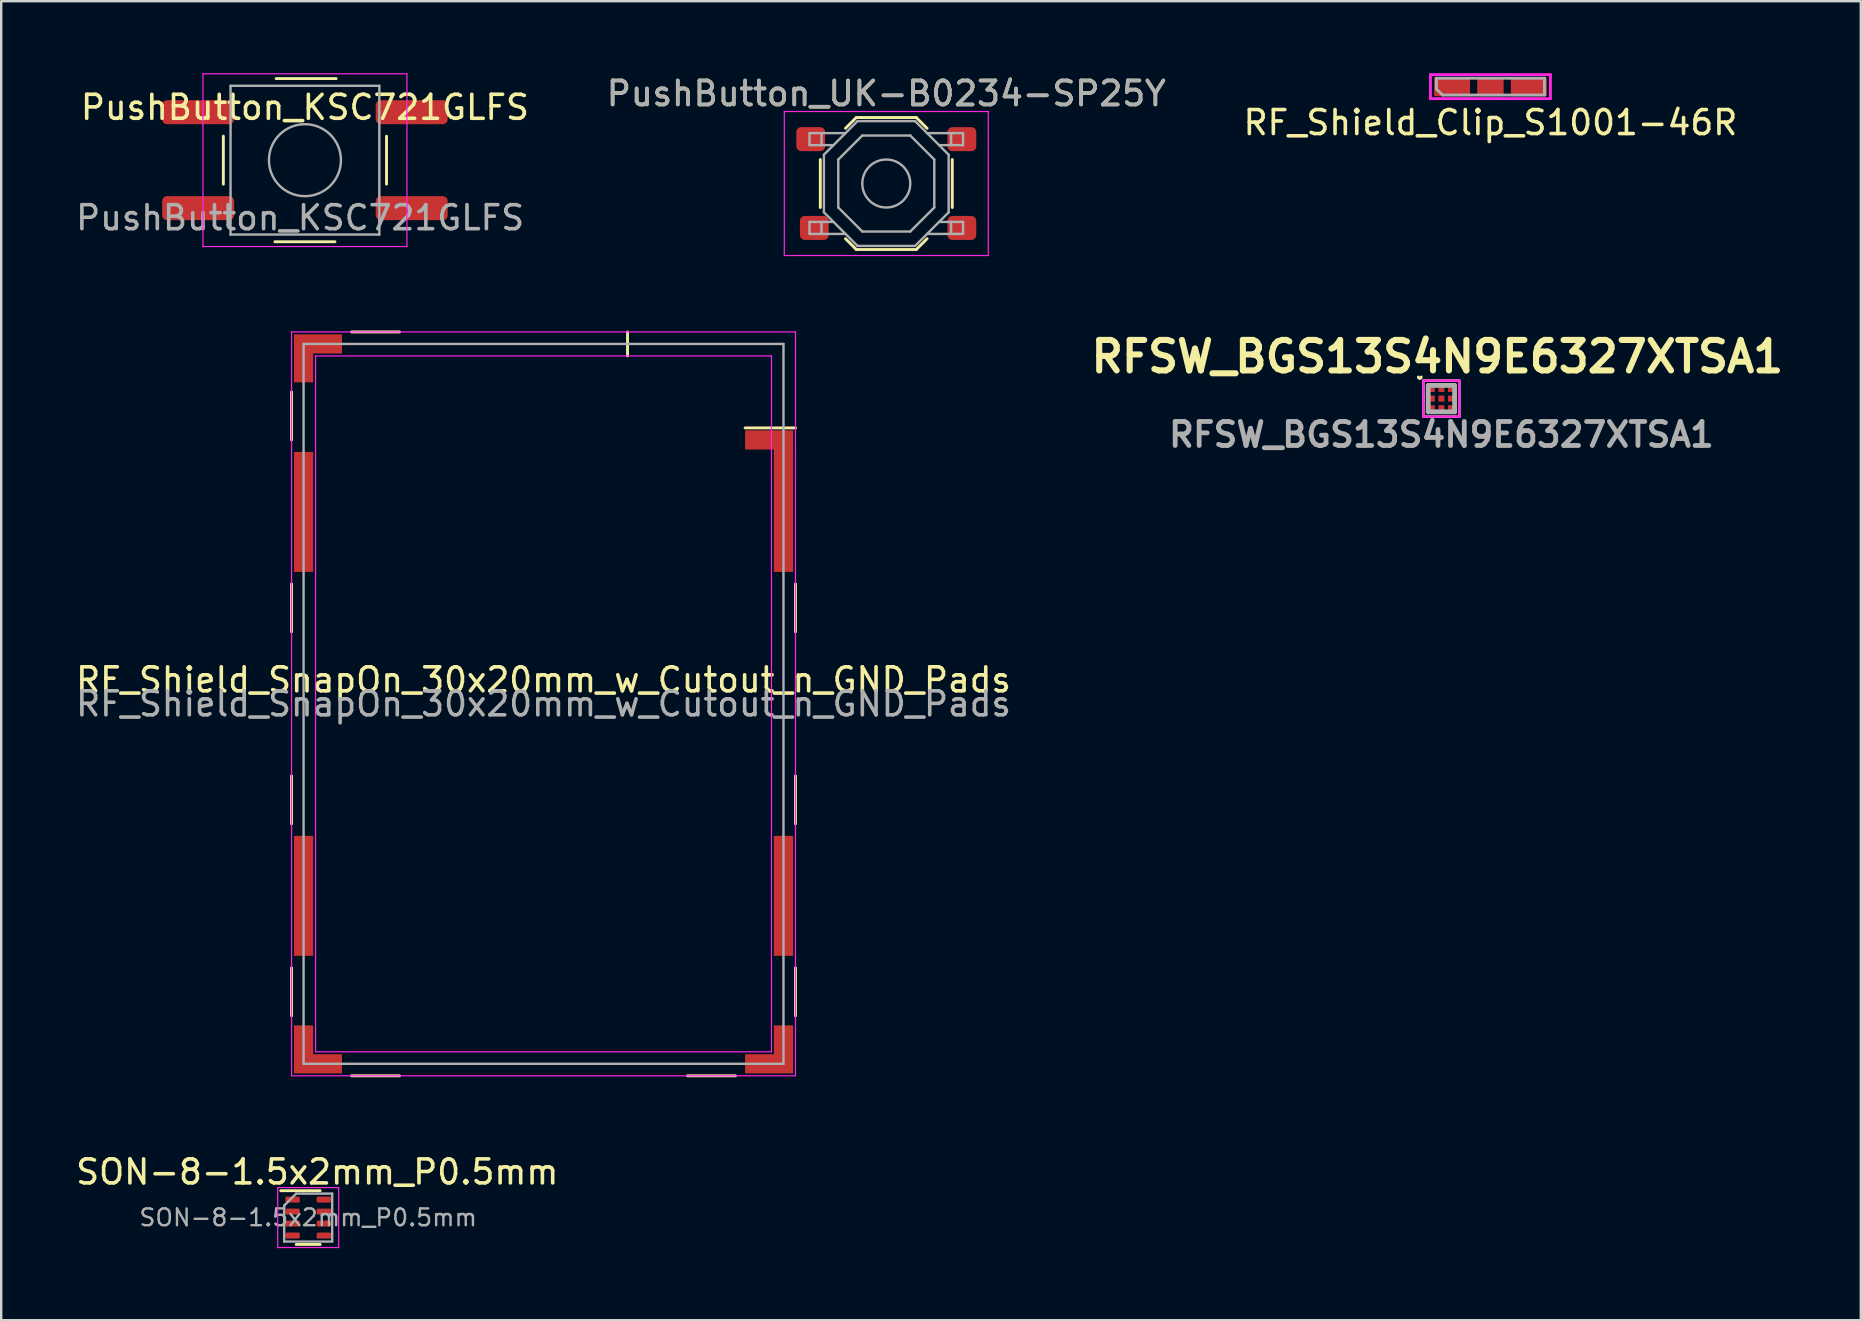
<source format=kicad_pcb>
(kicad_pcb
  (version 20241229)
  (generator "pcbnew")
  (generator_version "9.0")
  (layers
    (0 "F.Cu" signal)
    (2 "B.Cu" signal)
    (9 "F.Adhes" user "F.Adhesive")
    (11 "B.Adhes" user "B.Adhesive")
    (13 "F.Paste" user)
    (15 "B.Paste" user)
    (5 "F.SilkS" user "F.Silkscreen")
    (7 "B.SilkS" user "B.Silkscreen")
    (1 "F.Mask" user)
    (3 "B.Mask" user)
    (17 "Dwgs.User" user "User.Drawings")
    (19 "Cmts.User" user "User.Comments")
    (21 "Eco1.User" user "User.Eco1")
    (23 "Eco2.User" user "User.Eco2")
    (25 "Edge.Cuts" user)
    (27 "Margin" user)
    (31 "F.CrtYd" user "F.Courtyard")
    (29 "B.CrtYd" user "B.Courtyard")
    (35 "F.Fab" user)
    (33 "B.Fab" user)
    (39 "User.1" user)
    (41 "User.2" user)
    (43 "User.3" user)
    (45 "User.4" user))
  (footprint "PushButton_UK-B0234-SP25Y"
    (layer "F.Cu")
    (at 33.885 4.598)
    (property "Reference" "PushButton_UK-B0234-SP25Y" (at 0 -3.75 0) (layer "F.SilkS") (effects (font (size 1 1) (thickness 0.15))))
    (attr smd)
    (fp_line (start -2.75 -1) (end -2.75 1) (stroke (width 0.12) (type solid)) (layer "F.SilkS"))
    (fp_line (start -1.7 -2.3) (end -1.25 -2.75) (stroke (width 0.12) (type solid)) (layer "F.SilkS"))
    (fp_line (start -1.7 2.3) (end -1.25 2.75) (stroke (width 0.12) (type solid)) (layer "F.SilkS"))
    (fp_line (start -1.25 -2.75) (end 1.25 -2.75) (stroke (width 0.12) (type solid)) (layer "F.SilkS"))
    (fp_line (start -1.25 2.75) (end 1.25 2.75) (stroke (width 0.12) (type solid)) (layer "F.SilkS"))
    (fp_line (start 1.7 -2.3) (end 1.25 -2.75) (stroke (width 0.12) (type solid)) (layer "F.SilkS"))
    (fp_line (start 1.7 2.3) (end 1.25 2.75) (stroke (width 0.12) (type solid)) (layer "F.SilkS"))
    (fp_line (start 2.75 -1) (end 2.75 1) (stroke (width 0.12) (type solid)) (layer "F.SilkS"))
    (fp_line (start -4.25 -3) (end 4.25 -3) (stroke (width 0.05) (type solid)) (layer "F.CrtYd"))
    (fp_line (start -4.25 3) (end -4.25 -3) (stroke (width 0.05) (type solid)) (layer "F.CrtYd"))
    (fp_line (start 4.25 -3) (end 4.25 3) (stroke (width 0.05) (type solid)) (layer "F.CrtYd"))
    (fp_line (start 4.25 3) (end -4.25 3) (stroke (width 0.05) (type solid)) (layer "F.CrtYd"))
    (fp_line (start -3.2 -2.1) (end -3.2 -1.6) (stroke (width 0.1) (type solid)) (layer "F.Fab"))
    (fp_line (start -3.2 -1.6) (end -2.2 -1.6) (stroke (width 0.1) (type solid)) (layer "F.Fab"))
    (fp_line (start -3.2 1.6) (end -2.2 1.6) (stroke (width 0.1) (type solid)) (layer "F.Fab"))
    (fp_line (start -3.2 2.1) (end -3.2 1.6) (stroke (width 0.1) (type solid)) (layer "F.Fab"))
    (fp_line (start -2.7 -2.1) (end -2.7 -1.6) (stroke (width 0.1) (type solid)) (layer "F.Fab"))
    (fp_line (start -2.7 2.1) (end -2.7 1.6) (stroke (width 0.1) (type solid)) (layer "F.Fab"))
    (fp_line (start -2.6 -1.2) (end -2.6 1.2) (stroke (width 0.1) (type solid)) (layer "F.Fab"))
    (fp_line (start -2.6 1.2) (end -1.2 2.6) (stroke (width 0.1) (type solid)) (layer "F.Fab"))
    (fp_line (start -2 -1) (end -1 -2) (stroke (width 0.1) (type solid)) (layer "F.Fab"))
    (fp_line (start -2 1) (end -2 -1) (stroke (width 0.1) (type solid)) (layer "F.Fab"))
    (fp_line (start -1.7 -2.1) (end -3.2 -2.1) (stroke (width 0.1) (type solid)) (layer "F.Fab"))
    (fp_line (start -1.7 2.1) (end -3.2 2.1) (stroke (width 0.1) (type solid)) (layer "F.Fab"))
    (fp_line (start -1.2 -2.6) (end -2.6 -1.2) (stroke (width 0.1) (type solid)) (layer "F.Fab"))
    (fp_line (start -1.2 2.6) (end 1.2 2.6) (stroke (width 0.1) (type solid)) (layer "F.Fab"))
    (fp_line (start -1 -2) (end 1 -2) (stroke (width 0.1) (type solid)) (layer "F.Fab"))
    (fp_line (start -1 2) (end -2 1) (stroke (width 0.1) (type solid)) (layer "F.Fab"))
    (fp_line (start 1 -2) (end 2 -1) (stroke (width 0.1) (type solid)) (layer "F.Fab"))
    (fp_line (start 1 2) (end -1 2) (stroke (width 0.1) (type solid)) (layer "F.Fab"))
    (fp_line (start 1.2 -2.6) (end -1.2 -2.6) (stroke (width 0.1) (type solid)) (layer "F.Fab"))
    (fp_line (start 1.2 2.6) (end 2.6 1.2) (stroke (width 0.1) (type solid)) (layer "F.Fab"))
    (fp_line (start 1.7 -2.1) (end 3.2 -2.1) (stroke (width 0.1) (type solid)) (layer "F.Fab"))
    (fp_line (start 1.7 2.1) (end 3.2 2.1) (stroke (width 0.1) (type solid)) (layer "F.Fab"))
    (fp_line (start 2 -1) (end 2 1) (stroke (width 0.1) (type solid)) (layer "F.Fab"))
    (fp_line (start 2 1) (end 1 2) (stroke (width 0.1) (type solid)) (layer "F.Fab"))
    (fp_line (start 2.6 -1.2) (end 1.2 -2.6) (stroke (width 0.1) (type solid)) (layer "F.Fab"))
    (fp_line (start 2.6 1.2) (end 2.6 -1.2) (stroke (width 0.1) (type solid)) (layer "F.Fab"))
    (fp_line (start 2.7 -2.1) (end 2.7 -1.6) (stroke (width 0.1) (type solid)) (layer "F.Fab"))
    (fp_line (start 2.7 2.1) (end 2.7 1.6) (stroke (width 0.1) (type solid)) (layer "F.Fab"))
    (fp_line (start 3.2 -2.1) (end 3.2 -1.6) (stroke (width 0.1) (type solid)) (layer "F.Fab"))
    (fp_line (start 3.2 -1.6) (end 2.2 -1.6) (stroke (width 0.1) (type solid)) (layer "F.Fab"))
    (fp_line (start 3.2 1.6) (end 2.2 1.6) (stroke (width 0.1) (type solid)) (layer "F.Fab"))
    (fp_line (start 3.2 2.1) (end 3.2 1.6) (stroke (width 0.1) (type solid)) (layer "F.Fab"))
    (fp_circle (center 0 0) (end 1 0) (stroke (width 0.1) (type solid)) (fill no) (layer "F.Fab"))
    (fp_text user "${REFERENCE}" (at 0 -3.75 0) (layer "F.Fab") (effects (font (size 1 1) (thickness 0.15))))
    (pad "1" smd roundrect (at -3.15 -1.85) (size 1.2 1) (layers "F.Cu" "F.Mask" "F.Paste") (roundrect_rratio 0.2))
    (pad "1" smd roundrect (at 3.15 -1.85) (size 1.2 1) (layers "F.Cu" "F.Mask" "F.Paste") (roundrect_rratio 0.2))
    (pad "2" smd roundrect (at -3 1.85) (size 1.2 1) (layers "F.Cu" "F.Mask" "F.Paste") (roundrect_rratio 0.2))
    (pad "2" smd roundrect (at 3.15 1.85) (size 1.2 1) (layers "F.Cu" "F.Mask" "F.Paste") (roundrect_rratio 0.2)))
  (footprint "RFSW_BGS13S4N9E6327XTSA1"
    (layer "F.Cu")
    (at 57.02 13.562)
    (property "Reference" "RFSW_BGS13S4N9E6327XTSA1" (at -0.17 -1.75 0) (layer "F.SilkS") (effects (font (size 1.27 1.27) (thickness 0.254))))
    (attr smd)
    (fp_line (start -0.75 -0.75) (end -0.75 0.75) (stroke (width 0.1) (type solid)) (layer "F.SilkS"))
    (fp_line (start -0.75 0.75) (end 0.75 0.75) (stroke (width 0.1) (type solid)) (layer "F.SilkS"))
    (fp_line (start 0.75 -0.75) (end -0.75 -0.75) (stroke (width 0.1) (type solid)) (layer "F.SilkS"))
    (fp_line (start 0.75 0.75) (end 0.75 -0.75) (stroke (width 0.1) (type solid)) (layer "F.SilkS"))
    (fp_arc (start -0.84 -0.9) (mid -0.9 -0.84) (end -0.96 -0.9) (stroke (width 0.12) (type solid)) (layer "F.SilkS"))
    (fp_line (start -0.75 -0.75) (end -0.75 0.75) (stroke (width 0.1) (type solid)) (layer "F.CrtYd"))
    (fp_line (start -0.75 0.75) (end 0.75 0.75) (stroke (width 0.1) (type solid)) (layer "F.CrtYd"))
    (fp_line (start 0.75 -0.75) (end -0.75 -0.75) (stroke (width 0.1) (type solid)) (layer "F.CrtYd"))
    (fp_line (start 0.75 0.75) (end 0.75 -0.75) (stroke (width 0.1) (type solid)) (layer "F.CrtYd"))
    (fp_line (start -0.55 -0.55) (end -0.55 0.55) (stroke (width 0.2) (type solid)) (layer "F.Fab"))
    (fp_line (start -0.55 0.55) (end 0.55 0.55) (stroke (width 0.2) (type solid)) (layer "F.Fab"))
    (fp_line (start 0.55 -0.55) (end -0.55 -0.55) (stroke (width 0.2) (type solid)) (layer "F.Fab"))
    (fp_line (start 0.55 0.55) (end 0.55 -0.55) (stroke (width 0.2) (type solid)) (layer "F.Fab"))
    (fp_text user "${REFERENCE}" (at 0 1.5 0) (layer "F.Fab") (effects (font (size 1 1) (thickness 0.2))))
    (pad "" smd circle (at -0.4 -0.4 90) (size 0.25 0.25) (layers "F.Paste"))
    (pad "" smd circle (at -0.4 0 90) (size 0.25 0.25) (layers "F.Paste"))
    (pad "" smd circle (at -0.4 0.4 90) (size 0.25 0.25) (layers "F.Paste"))
    (pad "" smd circle (at 0 -0.4 90) (size 0.25 0.25) (layers "F.Paste"))
    (pad "" smd circle (at 0 0 90) (size 0.25 0.25) (layers "F.Paste"))
    (pad "" smd circle (at 0 0.4 90) (size 0.25 0.25) (layers "F.Paste"))
    (pad "" smd circle (at 0.4 -0.4 90) (size 0.25 0.25) (layers "F.Paste"))
    (pad "" smd circle (at 0.4 0 90) (size 0.25 0.25) (layers "F.Paste"))
    (pad "" smd circle (at 0.4 0.4 90) (size 0.25 0.25) (layers "F.Paste"))
    (pad "1" smd roundrect (at -0.4 -0.4 90) (size 0.25 0.25) (layers "F.Cu" "F.Mask") (roundrect_rratio 0.08))
    (pad "2" smd roundrect (at -0.4 0 90) (size 0.25 0.25) (layers "F.Cu" "F.Mask") (roundrect_rratio 0.08))
    (pad "3" smd roundrect (at -0.4 0.4 90) (size 0.25 0.25) (layers "F.Cu" "F.Mask") (roundrect_rratio 0.08))
    (pad "4" smd roundrect (at 0 0.4 90) (size 0.25 0.25) (layers "F.Cu" "F.Mask") (roundrect_rratio 0.08))
    (pad "5" smd roundrect (at 0.4 0.4 90) (size 0.25 0.25) (layers "F.Cu" "F.Mask") (roundrect_rratio 0.08))
    (pad "6" smd roundrect (at 0.4 0 90) (size 0.25 0.25) (layers "F.Cu" "F.Mask") (roundrect_rratio 0.08))
    (pad "7" smd roundrect (at 0.4 -0.4 90) (size 0.25 0.25) (layers "F.Cu" "F.Mask") (roundrect_rratio 0.08))
    (pad "8" smd roundrect (at 0 -0.4 90) (size 0.25 0.25) (layers "F.Cu" "F.Mask") (roundrect_rratio 0.08))
    (pad "9" smd roundrect (at 0 0 90) (size 0.25 0.25) (layers "F.Cu" "F.Mask") (roundrect_rratio 0.08)))
  (footprint "RF_Shield_SnapOn_30x20mm_w_Cutout_n_GND_Pads"
    (layer "F.Cu")
    (at 19.601 26.283)
    (property "Reference" "RF_Shield_SnapOn_30x20mm_w_Cutout_n_GND_Pads" (at 0 -1 0) (layer "F.SilkS") (effects (font (size 1 1) (thickness 0.15))))
    (attr smd)
    (fp_line (start -10.5 -11) (end -10.5 -13) (stroke (width 0.12) (type solid)) (layer "F.SilkS"))
    (fp_line (start -10.5 -5) (end -10.5 -3) (stroke (width 0.12) (type solid)) (layer "F.SilkS"))
    (fp_line (start -10.5 3) (end -10.5 5) (stroke (width 0.12) (type solid)) (layer "F.SilkS"))
    (fp_line (start -10.5 13) (end -10.5 11) (stroke (width 0.12) (type solid)) (layer "F.SilkS"))
    (fp_line (start -8 15.5) (end -6 15.5) (stroke (width 0.12) (type solid)) (layer "F.SilkS"))
    (fp_line (start -6 -15.5) (end -8 -15.5) (stroke (width 0.12) (type solid)) (layer "F.SilkS"))
    (fp_line (start 3.5 -14.5) (end 3.5 -15.5) (stroke (width 0.12) (type solid)) (layer "F.SilkS"))
    (fp_line (start 6 15.5) (end 8 15.5) (stroke (width 0.12) (type solid)) (layer "F.SilkS"))
    (fp_line (start 8.4 -11.5) (end 10.5 -11.5) (stroke (width 0.12) (type solid)) (layer "F.SilkS"))
    (fp_line (start 10.5 -5) (end 10.5 -3) (stroke (width 0.12) (type solid)) (layer "F.SilkS"))
    (fp_line (start 10.5 3) (end 10.5 5) (stroke (width 0.12) (type solid)) (layer "F.SilkS"))
    (fp_line (start 10.5 11) (end 10.5 13) (stroke (width 0.12) (type solid)) (layer "F.SilkS"))
    (fp_line (start -10.6 0) (end -9.4 0) (stroke (width 0.12) (type solid)) (layer "Eco2.User"))
    (fp_line (start 0 -15.6) (end 0 -14.4) (stroke (width 0.12) (type solid)) (layer "Eco2.User"))
    (fp_line (start 0 14.4) (end 0 15.6) (stroke (width 0.12) (type solid)) (layer "Eco2.User"))
    (fp_line (start 9.4 0) (end 10.6 0) (stroke (width 0.12) (type solid)) (layer "Eco2.User"))
    (fp_line (start -10.5 -15.5) (end -10.5 15.5) (stroke (width 0.05) (type solid)) (layer "F.CrtYd"))
    (fp_line (start -10.5 15.5) (end 10.5 15.5) (stroke (width 0.05) (type solid)) (layer "F.CrtYd"))
    (fp_line (start -9.5 -14.5) (end -9.5 14.5) (stroke (width 0.05) (type solid)) (layer "F.CrtYd"))
    (fp_line (start -9.5 14.5) (end 9.5 14.5) (stroke (width 0.05) (type solid)) (layer "F.CrtYd"))
    (fp_line (start 9.5 -14.5) (end -9.5 -14.5) (stroke (width 0.05) (type solid)) (layer "F.CrtYd"))
    (fp_line (start 9.5 14.5) (end 9.5 -14.5) (stroke (width 0.05) (type solid)) (layer "F.CrtYd"))
    (fp_line (start 10.5 -15.5) (end -10.5 -15.5) (stroke (width 0.05) (type solid)) (layer "F.CrtYd"))
    (fp_line (start 10.5 15.5) (end 10.5 -15.5) (stroke (width 0.05) (type solid)) (layer "F.CrtYd"))
    (fp_line (start -10 -15) (end -10 15) (stroke (width 0.1) (type solid)) (layer "F.Fab"))
    (fp_line (start -10 15) (end 10 15) (stroke (width 0.1) (type solid)) (layer "F.Fab"))
    (fp_line (start 10 -15) (end -10 -15) (stroke (width 0.1) (type solid)) (layer "F.Fab"))
    (fp_line (start 10 15) (end 10 -15) (stroke (width 0.1) (type solid)) (layer "F.Fab"))
    (fp_text user "${REFERENCE}" (at 0 0 0) (layer "F.Fab") (effects (font (size 1 1) (thickness 0.15))))
    (pad "1" smd custom (at -10 -14.9 180) (size 0.1 0.1) (layers "F.Cu" "F.Mask") (options (anchor rect)) (primitives (gr_poly (pts (xy 0.4 0.5) (xy 0.4 -1.5) (xy -0.4 -1.5) (xy -0.4 -0.3) (xy -1.6 -0.3) (xy -1.6 0.5)) (width 0) (fill yes))))
    (pad "1" smd rect (at -10 -8) (size 0.8 5) (layers "F.Cu" "F.Mask"))
    (pad "1" smd rect (at -10 8) (size 0.8 5) (layers "F.Cu" "F.Mask"))
    (pad "1" smd custom (at -9.9 15 270) (size 0.1 0.1) (layers "F.Cu" "F.Mask") (options (anchor rect)) (primitives (gr_poly (pts (xy 0.4 0.5) (xy 0.4 -1.5) (xy -0.4 -1.5) (xy -0.4 -0.3) (xy -1.6 -0.3) (xy -1.6 0.5)) (width 0) (fill yes))))
    (pad "1" smd custom (at 9.9 -11 90) (size 0.1 0.1) (layers "F.Cu" "F.Mask") (options (anchor rect)) (primitives (gr_poly (pts (xy 0.4 0.5) (xy 0.4 -1.5) (xy -0.4 -1.5) (xy -0.4 -0.3) (xy -1.6 -0.3) (xy -1.6 0.5)) (width 0) (fill yes))))
    (pad "1" smd rect (at 10 -8) (size 0.8 5) (layers "F.Cu" "F.Mask"))
    (pad "1" smd rect (at 10 8) (size 0.8 5) (layers "F.Cu" "F.Mask"))
    (pad "1" smd custom (at 10 14.9) (size 0.1 0.1) (layers "F.Cu" "F.Mask") (options (anchor rect)) (primitives (gr_poly (pts (xy 0.4 0.5) (xy 0.4 -1.5) (xy -0.4 -1.5) (xy -0.4 -0.3) (xy -1.6 -0.3) (xy -1.6 0.5)) (width 0) (fill yes)))))
  (footprint "RF_Shield_Clip_S1001-46R"
    (layer "F.Cu")
    (at 59.063 0.56)
    (property "Reference" "RF_Shield_Clip_S1001-46R" (at 0 1.5 0) (layer "F.SilkS") (effects (font (size 1 1) (thickness 0.15))))
    (attr through_hole)
    (fp_line (start -2.5 -0.5) (end 2.5 -0.5) (stroke (width 0.12) (type solid)) (layer "F.CrtYd"))
    (fp_line (start -2.5 0.5) (end -2.5 -0.5) (stroke (width 0.12) (type solid)) (layer "F.CrtYd"))
    (fp_line (start 2.5 -0.5) (end 2.5 0.5) (stroke (width 0.12) (type solid)) (layer "F.CrtYd"))
    (fp_line (start 2.5 0.5) (end -2.5 0.5) (stroke (width 0.12) (type solid)) (layer "F.CrtYd"))
    (fp_line (start -2.25 -0.35) (end -2.25 0.1) (stroke (width 0.12) (type solid)) (layer "F.Fab"))
    (fp_line (start -2.25 -0.35) (end 2.25 -0.35) (stroke (width 0.12) (type solid)) (layer "F.Fab"))
    (fp_line (start -2.25 0.1) (end -2 0.35) (stroke (width 0.12) (type solid)) (layer "F.Fab"))
    (fp_line (start -2 0.35) (end 2.25 0.35) (stroke (width 0.12) (type solid)) (layer "F.Fab"))
    (fp_line (start 2.25 -0.35) (end 2.25 0.35) (stroke (width 0.12) (type solid)) (layer "F.Fab"))
    (pad "1" smd roundrect (at -1.6 0) (size 1.5 0.8) (layers "F.Cu" "F.Mask" "F.Paste") (roundrect_rratio 0.066))
    (pad "1" smd roundrect (at 0 0) (size 1.1 0.8) (layers "F.Cu" "F.Mask" "F.Paste") (roundrect_rratio 0.066))
    (pad "1" smd roundrect (at 1.6 0) (size 1.5 0.8) (layers "F.Cu" "F.Mask" "F.Paste") (roundrect_rratio 0.066)))
  (footprint "PushButton_KSC721GLFS"
    (layer "F.Cu")
    (at 9.658 3.625)
    (property "Reference" "PushButton_KSC721GLFS" (at 0 -2.2 0) (layer "F.SilkS") (effects (font (size 1 1) (thickness 0.15))))
    (attr smd)
    (fp_line (start -3.4 -1) (end -3.4 1) (stroke (width 0.12) (type solid)) (layer "F.SilkS"))
    (fp_line (start -1.25 3.4) (end 1.25 3.4) (stroke (width 0.12) (type solid)) (layer "F.SilkS"))
    (fp_line (start -1.2 -3.4) (end 1.3 -3.4) (stroke (width 0.12) (type solid)) (layer "F.SilkS"))
    (fp_line (start 3.4 -1) (end 3.4 1) (stroke (width 0.12) (type solid)) (layer "F.SilkS"))
    (fp_line (start -4.25 -3.6) (end 4.25 -3.6) (stroke (width 0.05) (type solid)) (layer "F.CrtYd"))
    (fp_line (start -4.25 3.6) (end -4.25 -3.6) (stroke (width 0.05) (type solid)) (layer "F.CrtYd"))
    (fp_line (start 4.25 -3.6) (end 4.25 3.6) (stroke (width 0.05) (type solid)) (layer "F.CrtYd"))
    (fp_line (start 4.25 3.6) (end -4.25 3.6) (stroke (width 0.05) (type solid)) (layer "F.CrtYd"))
    (fp_line (start -3.1 -3.1) (end 3.1 -3.1) (stroke (width 0.1) (type solid)) (layer "F.Fab"))
    (fp_line (start -3.1 3.1) (end -3.1 -3.1) (stroke (width 0.1) (type solid)) (layer "F.Fab"))
    (fp_line (start 3.1 -3.1) (end 3.1 3.1) (stroke (width 0.1) (type solid)) (layer "F.Fab"))
    (fp_line (start 3.1 3.1) (end -3.1 3.1) (stroke (width 0.1) (type solid)) (layer "F.Fab"))
    (fp_circle (center 0 0) (end 1.5 0) (stroke (width 0.1) (type solid)) (fill no) (layer "F.Fab"))
    (fp_text user "${REFERENCE}" (at -0.2 2.4 0) (layer "F.Fab") (effects (font (size 1 1) (thickness 0.15))))
    (pad "1" smd roundrect (at -4.45 -2) (size 3 1) (layers "F.Cu" "F.Mask" "F.Paste") (roundrect_rratio 0.2))
    (pad "1" smd roundrect (at 4.45 -2) (size 3 1) (layers "F.Cu" "F.Mask" "F.Paste") (roundrect_rratio 0.2))
    (pad "2" smd roundrect (at -4.45 2) (size 3 1) (layers "F.Cu" "F.Mask" "F.Paste") (roundrect_rratio 0.2))
    (pad "2" smd roundrect (at 4.45 2) (size 3 1) (layers "F.Cu" "F.Mask" "F.Paste") (roundrect_rratio 0.2)))
  (footprint "SON-8-1.5x2mm_P0.5mm"
    (layer "F.Cu")
    (at 9.793 47.691)
    (property "Reference" "SON-8-1.5x2mm_P0.5mm" (at 0.38 -1.9 0) (layer "F.SilkS") (effects (font (size 1 1) (thickness 0.15))))
    (attr smd)
    (fp_line (start -1.143 -1.12) (end 0.5 -1.12) (stroke (width 0.12) (type solid)) (layer "F.SilkS"))
    (fp_line (start 0.5 1.12) (end -0.5 1.12) (stroke (width 0.12) (type solid)) (layer "F.SilkS"))
    (fp_line (start -1.27 -1.25) (end -1.27 1.25) (stroke (width 0.05) (type solid)) (layer "F.CrtYd"))
    (fp_line (start -1.27 -1.25) (end 1.27 -1.25) (stroke (width 0.05) (type solid)) (layer "F.CrtYd"))
    (fp_line (start -1.27 1.25) (end 1.27 1.25) (stroke (width 0.05) (type solid)) (layer "F.CrtYd"))
    (fp_line (start 1.27 -1.25) (end 1.27 1.25) (stroke (width 0.05) (type solid)) (layer "F.CrtYd"))
    (fp_line (start -1 1) (end -1 -0.5) (stroke (width 0.1) (type solid)) (layer "F.Fab"))
    (fp_line (start -0.5 -1) (end -1 -0.5) (stroke (width 0.1) (type solid)) (layer "F.Fab"))
    (fp_line (start -0.5 -1) (end 1 -1) (stroke (width 0.1) (type solid)) (layer "F.Fab"))
    (fp_line (start 1 -1) (end 1 1) (stroke (width 0.1) (type solid)) (layer "F.Fab"))
    (fp_line (start 1 1) (end -1 1) (stroke (width 0.1) (type solid)) (layer "F.Fab"))
    (fp_text user "${REFERENCE}" (at 0 0 0) (layer "F.Fab") (effects (font (size 0.7 0.7) (thickness 0.1))))
    (pad "1" smd roundrect (at -0.65 -0.75) (size 0.6 0.25) (layers "F.Cu" "F.Mask" "F.Paste") (roundrect_rratio 0.25))
    (pad "2" smd roundrect (at -0.65 -0.25) (size 0.6 0.25) (layers "F.Cu" "F.Mask" "F.Paste") (roundrect_rratio 0.25))
    (pad "3" smd roundrect (at -0.65 0.25) (size 0.6 0.25) (layers "F.Cu" "F.Mask" "F.Paste") (roundrect_rratio 0.25))
    (pad "4" smd roundrect (at -0.65 0.75) (size 0.6 0.25) (layers "F.Cu" "F.Mask" "F.Paste") (roundrect_rratio 0.25))
    (pad "5" smd roundrect (at 0.65 0.75) (size 0.6 0.25) (layers "F.Cu" "F.Mask" "F.Paste") (roundrect_rratio 0.25))
    (pad "6" smd roundrect (at 0.65 0.25) (size 0.6 0.25) (layers "F.Cu" "F.Mask" "F.Paste") (roundrect_rratio 0.25))
    (pad "7" smd roundrect (at 0.65 -0.25) (size 0.6 0.25) (layers "F.Cu" "F.Mask" "F.Paste") (roundrect_rratio 0.25))
    (pad "8" smd roundrect (at 0.65 -0.75) (size 0.6 0.25) (layers "F.Cu" "F.Mask" "F.Paste") (roundrect_rratio 0.25)))
  (gr_rect
    (start -3 -3)
    (end 74.497 51.967)
    (stroke (width 0.1) (type default))
    (fill no)
    (layer "Edge.Cuts")))
</source>
